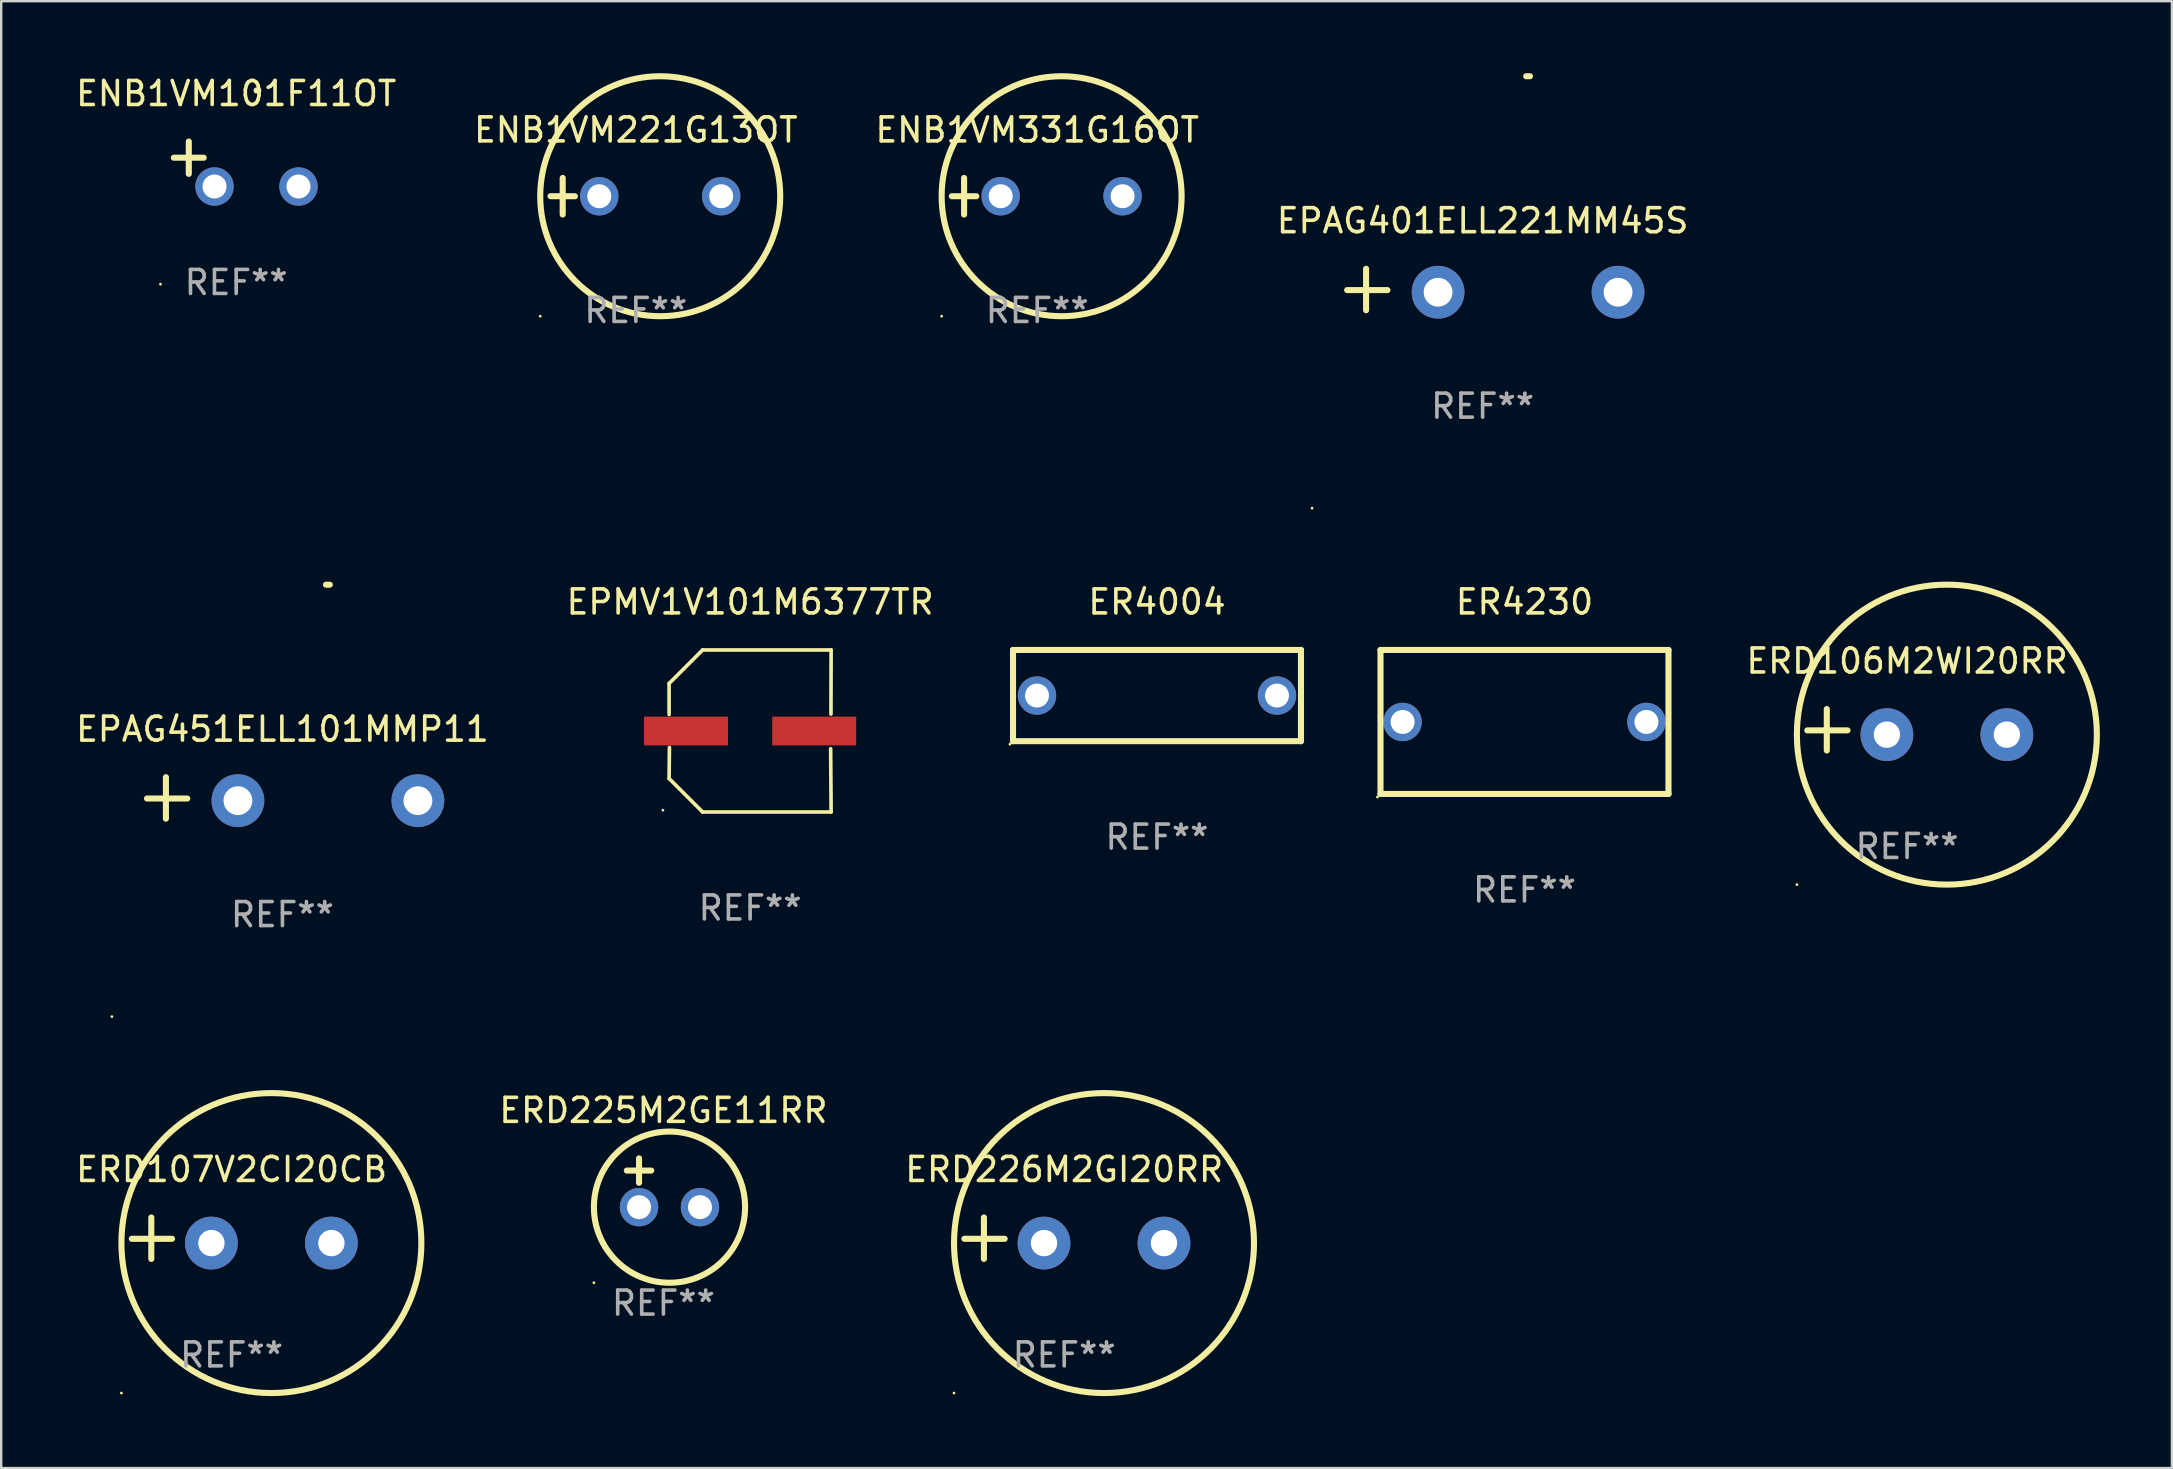
<source format=kicad_pcb>
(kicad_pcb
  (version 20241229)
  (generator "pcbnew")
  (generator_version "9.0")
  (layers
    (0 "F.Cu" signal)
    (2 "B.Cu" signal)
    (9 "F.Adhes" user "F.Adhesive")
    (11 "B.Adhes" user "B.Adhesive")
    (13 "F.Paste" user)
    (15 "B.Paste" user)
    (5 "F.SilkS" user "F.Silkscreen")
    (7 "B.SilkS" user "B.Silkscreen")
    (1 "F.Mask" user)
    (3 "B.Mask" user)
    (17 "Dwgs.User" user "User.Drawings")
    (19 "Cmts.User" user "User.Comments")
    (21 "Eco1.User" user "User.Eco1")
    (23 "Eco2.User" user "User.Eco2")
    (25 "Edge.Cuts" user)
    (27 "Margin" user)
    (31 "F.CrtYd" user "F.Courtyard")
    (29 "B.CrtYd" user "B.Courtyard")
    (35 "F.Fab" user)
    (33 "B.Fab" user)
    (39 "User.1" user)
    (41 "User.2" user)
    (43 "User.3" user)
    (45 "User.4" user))
  (footprint "ENB1VM331G16OT"
    (layer "F.Cu")
    (at 40.173 5.127)
    (property "Reference" "ENB1VM331G16OT" (at 0 -2.762 0) (layer "F.SilkS") (effects (font (size 1 1) (thickness 0.15))))
    (attr through_hole)
    (fp_line (start -3.556 0) (end -2.54 0) (stroke (width 0.254) (type solid)) (layer "F.SilkS"))
    (fp_line (start -3.048 -0.762) (end -3.048 0.762) (stroke (width 0.254) (type solid)) (layer "F.SilkS"))
    (fp_circle (center -3.984 5) (end -3.954 5) (stroke (width 0.06) (type solid)) (fill no) (layer "F.SilkS"))
    (fp_circle (center 1.016 0) (end 6.016 0) (stroke (width 0.254) (type solid)) (fill no) (layer "F.SilkS"))
    (fp_text user "REF**" (at 0 4.762 0) (layer "F.Fab") (effects (font (size 1 1) (thickness 0.15))))
    (pad "1" thru_hole circle (at -1.524 0) (size 1.6 1.6) (drill 1) (layers "*.Cu" "*.Mask"))
    (pad "2" thru_hole circle (at 3.556 0) (size 1.6 1.6) (drill 1) (layers "*.Cu" "*.Mask")))
  (footprint "ER4230"
    (layer "F.Cu")
    (at 60.477 27.035)
    (property "Reference" "ER4230" (at 0 -5 0) (layer "F.SilkS") (effects (font (size 1 1) (thickness 0.15))))
    (attr through_hole)
    (fp_line (start -6 -3) (end 6 -3) (stroke (width 0.254) (type solid)) (layer "F.SilkS"))
    (fp_line (start -6 3) (end -6 -3) (stroke (width 0.254) (type solid)) (layer "F.SilkS"))
    (fp_line (start 6 -3) (end 6 3) (stroke (width 0.254) (type solid)) (layer "F.SilkS"))
    (fp_line (start 6 3) (end -6 3) (stroke (width 0.254) (type solid)) (layer "F.SilkS"))
    (fp_circle (center -6.127 3.127) (end -6.097 3.127) (stroke (width 0.06) (type solid)) (fill no) (layer "F.SilkS"))
    (fp_text user "REF**" (at 0 7 0) (layer "F.Fab") (effects (font (size 1 1) (thickness 0.15))))
    (pad "1" thru_hole circle (at -5.08 0) (size 1.6 1.6) (drill 1) (layers "*.Cu" "*.Mask"))
    (pad "2" thru_hole circle (at 5.08 0) (size 1.6 1.6) (drill 1) (layers "*.Cu" "*.Mask")))
  (footprint "ERD226M2GI20RR"
    (layer "F.Cu")
    (at 41.297 48.547)
    (property "Reference" "ERD226M2GI20RR" (at 0 -2.864 0) (layer "F.SilkS") (effects (font (size 1 1) (thickness 0.15))))
    (attr through_hole)
    (fp_line (start -3.346 0.864) (end -3.346 -0.864) (stroke (width 0.254) (type solid)) (layer "F.SilkS"))
    (fp_line (start -2.482 0.025) (end -4.158 0.025) (stroke (width 0.254) (type solid)) (layer "F.SilkS"))
    (fp_circle (center -4.592 6.453) (end -4.562 6.453) (stroke (width 0.06) (type solid)) (fill no) (layer "F.SilkS"))
    (fp_circle (center 1.658 0.203) (end 7.908 0.203) (stroke (width 0.254) (type solid)) (fill no) (layer "F.SilkS"))
    (fp_text user "REF**" (at 0 4.864 0) (layer "F.Fab") (effects (font (size 1 1) (thickness 0.15))))
    (pad "1" thru_hole circle (at -0.842 0.203) (size 2.2 2.2) (drill 1.1) (layers "*.Cu" "*.Mask"))
    (pad "2" thru_hole circle (at 4.158 0.203) (size 2.2 2.2) (drill 1.1) (layers "*.Cu" "*.Mask")))
  (footprint "ENB1VM221G13OT"
    (layer "F.Cu")
    (at 23.446 5.127)
    (property "Reference" "ENB1VM221G13OT" (at 0 -2.762 0) (layer "F.SilkS") (effects (font (size 1 1) (thickness 0.15))))
    (attr through_hole)
    (fp_line (start -3.556 0) (end -2.54 0) (stroke (width 0.254) (type solid)) (layer "F.SilkS"))
    (fp_line (start -3.048 -0.762) (end -3.048 0.762) (stroke (width 0.254) (type solid)) (layer "F.SilkS"))
    (fp_circle (center -3.984 5) (end -3.954 5) (stroke (width 0.06) (type solid)) (fill no) (layer "F.SilkS"))
    (fp_circle (center 1.016 0) (end 6.016 0) (stroke (width 0.254) (type solid)) (fill no) (layer "F.SilkS"))
    (fp_text user "REF**" (at 0 4.762 0) (layer "F.Fab") (effects (font (size 1 1) (thickness 0.15))))
    (pad "1" thru_hole circle (at -1.524 0) (size 1.6 1.6) (drill 1) (layers "*.Cu" "*.Mask"))
    (pad "2" thru_hole circle (at 3.556 0) (size 1.6 1.6) (drill 1) (layers "*.Cu" "*.Mask")))
  (footprint "ENB1VM101F11OT"
    (layer "F.Cu")
    (at 6.792 3.785)
    (property "Reference" "ENB1VM101F11OT" (at 0 -2.937 0) (layer "F.SilkS") (effects (font (size 1 1) (thickness 0.15))))
    (attr through_hole)
    (fp_line (start -1.975 0.41) (end -1.975 -0.937) (stroke (width 0.254) (type solid)) (layer "F.SilkS"))
    (fp_line (start -1.353 -0.263) (end -2.597 -0.263) (stroke (width 0.254) (type solid)) (layer "F.SilkS"))
    (fp_arc (start 0.849809 -3.063957) (mid 0.885369 -3.064114) (end 0.920929 -3.063957) (stroke (width 0.254001) (type solid)) (layer "F.SilkS"))
    (fp_circle (center -3.154 5.008) (end -3.124 5.008) (stroke (width 0.06) (type solid)) (fill no) (layer "F.SilkS"))
    (fp_text user "REF**" (at 0 4.937 0) (layer "F.Fab") (effects (font (size 1 1) (thickness 0.15))))
    (pad "1" thru_hole circle (at -0.903 0.937) (size 1.6 1.6) (drill 1) (layers "*.Cu" "*.Mask"))
    (pad "2" thru_hole circle (at 2.597 0.937) (size 1.6 1.6) (drill 1) (layers "*.Cu" "*.Mask")))
  (footprint "EPAG401ELL221MM45S"
    (layer "F.Cu")
    (at 58.732 9.013)
    (property "Reference" "EPAG401ELL221MM45S" (at 0 -2.864 0) (layer "F.SilkS") (effects (font (size 1 1) (thickness 0.15))))
    (attr through_hole)
    (fp_line (start -4.856 0.864) (end -4.856 -0.864) (stroke (width 0.254) (type solid)) (layer "F.SilkS"))
    (fp_line (start -3.967 0.025) (end -5.644 0.025) (stroke (width 0.254) (type solid)) (layer "F.SilkS"))
    (fp_arc (start 1.815024 -8.885649) (mid 1.893764 -8.88599) (end 1.972504 -8.885649) (stroke (width 0.254001) (type solid)) (layer "F.SilkS"))
    (fp_circle (center -7.106 9.114) (end -7.076 9.114) (stroke (width 0.06) (type solid)) (fill no) (layer "F.SilkS"))
    (fp_text user "REF**" (at 0 4.864 0) (layer "F.Fab") (effects (font (size 1 1) (thickness 0.15))))
    (pad "1" thru_hole circle (at -1.856 0.114) (size 2.2 2.2) (drill 1.2) (layers "*.Cu" "*.Mask"))
    (pad "2" thru_hole circle (at 5.644 0.114) (size 2.2 2.2) (drill 1.2) (layers "*.Cu" "*.Mask")))
  (footprint "ERD107V2CI20CB"
    (layer "F.Cu")
    (at 6.601 48.547)
    (property "Reference" "ERD107V2CI20CB" (at 0 -2.864 0) (layer "F.SilkS") (effects (font (size 1 1) (thickness 0.15))))
    (attr through_hole)
    (fp_line (start -3.346 0.864) (end -3.346 -0.864) (stroke (width 0.254) (type solid)) (layer "F.SilkS"))
    (fp_line (start -2.482 0.025) (end -4.158 0.025) (stroke (width 0.254) (type solid)) (layer "F.SilkS"))
    (fp_circle (center -4.592 6.453) (end -4.562 6.453) (stroke (width 0.06) (type solid)) (fill no) (layer "F.SilkS"))
    (fp_circle (center 1.658 0.203) (end 7.908 0.203) (stroke (width 0.254) (type solid)) (fill no) (layer "F.SilkS"))
    (fp_text user "REF**" (at 0 4.864 0) (layer "F.Fab") (effects (font (size 1 1) (thickness 0.15))))
    (pad "1" thru_hole circle (at -0.842 0.203) (size 2.2 2.2) (drill 1.1) (layers "*.Cu" "*.Mask"))
    (pad "2" thru_hole circle (at 4.158 0.203) (size 2.2 2.2) (drill 1.1) (layers "*.Cu" "*.Mask")))
  (footprint "EPMV1V101M6377TR"
    (layer "F.Cu")
    (at 28.208 27.411)
    (property "Reference" "EPMV1V101M6377TR" (at 0 -5.376 0) (layer "F.SilkS") (effects (font (size 1 1) (thickness 0.15))))
    (attr through_hole)
    (fp_line (start -3.376 -1.98) (end -3.376 -0.686) (stroke (width 0.152) (type solid)) (layer "F.SilkS"))
    (fp_line (start -3.376 1.981) (end -3.362 0.686) (stroke (width 0.152) (type solid)) (layer "F.SilkS"))
    (fp_line (start -1.981 3.376) (end -3.376 1.981) (stroke (width 0.152) (type solid)) (layer "F.SilkS"))
    (fp_line (start -1.98 -3.376) (end -3.376 -1.98) (stroke (width 0.152) (type solid)) (layer "F.SilkS"))
    (fp_line (start 3.356 0.74) (end 3.376 3.376) (stroke (width 0.152) (type solid)) (layer "F.SilkS"))
    (fp_line (start 3.369 -0.707) (end 3.376 -3.376) (stroke (width 0.152) (type solid)) (layer "F.SilkS"))
    (fp_line (start 3.376 3.376) (end -1.981 3.376) (stroke (width 0.152) (type solid)) (layer "F.SilkS"))
    (fp_line (start 3.376 -3.376) (end -1.98 -3.376) (stroke (width 0.152) (type solid)) (layer "F.SilkS"))
    (fp_circle (center -3.634 3.3) (end -3.604 3.3) (stroke (width 0.06) (type solid)) (fill no) (layer "F.SilkS"))
    (fp_text user "REF**" (at 0 7.376 0) (layer "F.Fab") (effects (font (size 1 1) (thickness 0.15))))
    (pad "1" smd rect (at -2.67 0.000127) (size 3.5 1.2) (layers "F.Cu" "F.Mask" "F.Paste"))
    (pad "2" smd rect (at 2.67 0.000127) (size 3.5 1.2) (layers "F.Cu" "F.Mask" "F.Paste")))
  (footprint "ERD225M2GE11RR"
    (layer "F.Cu")
    (at 24.595 46.237)
    (property "Reference" "ERD225M2GE11RR" (at 0 -3.016 0) (layer "F.SilkS") (effects (font (size 1 1) (thickness 0.15))))
    (attr through_hole)
    (fp_line (start -1.524 -0.508) (end -0.508 -0.508) (stroke (width 0.254) (type solid)) (layer "F.SilkS"))
    (fp_line (start -1.016 -1.016) (end -1.016 0) (stroke (width 0.254) (type solid)) (layer "F.SilkS"))
    (fp_circle (center -2.896 4.166) (end -2.866 4.166) (stroke (width 0.06) (type solid)) (fill no) (layer "F.SilkS"))
    (fp_circle (center 0.254 1.016) (end 3.404 1.016) (stroke (width 0.254) (type solid)) (fill no) (layer "F.SilkS"))
    (fp_text user "REF**" (at 0 5.016 0) (layer "F.Fab") (effects (font (size 1 1) (thickness 0.15))))
    (pad "1" thru_hole circle (at -1.016 1.016) (size 1.6 1.6) (drill 1) (layers "*.Cu" "*.Mask"))
    (pad "2" thru_hole circle (at 1.524 1.016) (size 1.6 1.6) (drill 1) (layers "*.Cu" "*.Mask")))
  (footprint "ER4004"
    (layer "F.Cu")
    (at 45.163 25.935)
    (property "Reference" "ER4004" (at 0 -3.9 0) (layer "F.SilkS") (effects (font (size 1 1) (thickness 0.15))))
    (attr through_hole)
    (fp_line (start -6 -1.9) (end -6 1.9) (stroke (width 0.254) (type solid)) (layer "F.SilkS"))
    (fp_line (start -6 -1.9) (end 6 -1.9) (stroke (width 0.254) (type solid)) (layer "F.SilkS"))
    (fp_line (start -6 1.9) (end 6 1.9) (stroke (width 0.254) (type solid)) (layer "F.SilkS"))
    (fp_line (start 6 -1.9) (end 6 1.9) (stroke (width 0.254) (type solid)) (layer "F.SilkS"))
    (fp_circle (center -6.127 2.027) (end -6.097 2.027) (stroke (width 0.06) (type solid)) (fill no) (layer "F.SilkS"))
    (fp_text user "REF**" (at 0 5.9 0) (layer "F.Fab") (effects (font (size 1 1) (thickness 0.15))))
    (pad "1" thru_hole circle (at -5 0) (size 1.6 1.6) (drill 1) (layers "*.Cu" "*.Mask"))
    (pad "2" thru_hole circle (at 5 0) (size 1.6 1.6) (drill 1) (layers "*.Cu" "*.Mask")))
  (footprint "EPAG451ELL101MMP11"
    (layer "F.Cu")
    (at 8.72 30.2)
    (property "Reference" "EPAG451ELL101MMP11" (at 0 -2.864 0) (layer "F.SilkS") (effects (font (size 1 1) (thickness 0.15))))
    (attr through_hole)
    (fp_line (start -4.856 0.864) (end -4.856 -0.864) (stroke (width 0.254) (type solid)) (layer "F.SilkS"))
    (fp_line (start -3.967 0.025) (end -5.644 0.025) (stroke (width 0.254) (type solid)) (layer "F.SilkS"))
    (fp_arc (start 1.815024 -8.885649) (mid 1.893764 -8.88599) (end 1.972504 -8.885649) (stroke (width 0.254001) (type solid)) (layer "F.SilkS"))
    (fp_circle (center -7.106 9.114) (end -7.076 9.114) (stroke (width 0.06) (type solid)) (fill no) (layer "F.SilkS"))
    (fp_text user "REF**" (at 0 4.864 0) (layer "F.Fab") (effects (font (size 1 1) (thickness 0.15))))
    (pad "1" thru_hole circle (at -1.856 0.114) (size 2.2 2.2) (drill 1.2) (layers "*.Cu" "*.Mask"))
    (pad "2" thru_hole circle (at 5.644 0.114) (size 2.2 2.2) (drill 1.2) (layers "*.Cu" "*.Mask")))
  (footprint "ERD106M2WI20RR"
    (layer "F.Cu")
    (at 76.42 27.36)
    (property "Reference" "ERD106M2WI20RR" (at 0 -2.864 0) (layer "F.SilkS") (effects (font (size 1 1) (thickness 0.15))))
    (attr through_hole)
    (fp_line (start -3.346 0.864) (end -3.346 -0.864) (stroke (width 0.254) (type solid)) (layer "F.SilkS"))
    (fp_line (start -2.482 0.025) (end -4.158 0.025) (stroke (width 0.254) (type solid)) (layer "F.SilkS"))
    (fp_circle (center -4.592 6.453) (end -4.562 6.453) (stroke (width 0.06) (type solid)) (fill no) (layer "F.SilkS"))
    (fp_circle (center 1.658 0.203) (end 7.908 0.203) (stroke (width 0.254) (type solid)) (fill no) (layer "F.SilkS"))
    (fp_text user "REF**" (at 0 4.864 0) (layer "F.Fab") (effects (font (size 1 1) (thickness 0.15))))
    (pad "1" thru_hole circle (at -0.842 0.203) (size 2.2 2.2) (drill 1.1) (layers "*.Cu" "*.Mask"))
    (pad "2" thru_hole circle (at 4.158 0.203) (size 2.2 2.2) (drill 1.1) (layers "*.Cu" "*.Mask")))
  (gr_rect
    (start -3 -3)
    (end 87.455 58.127)
    (stroke (width 0.1) (type default))
    (fill no)
    (layer "Edge.Cuts")))
</source>
